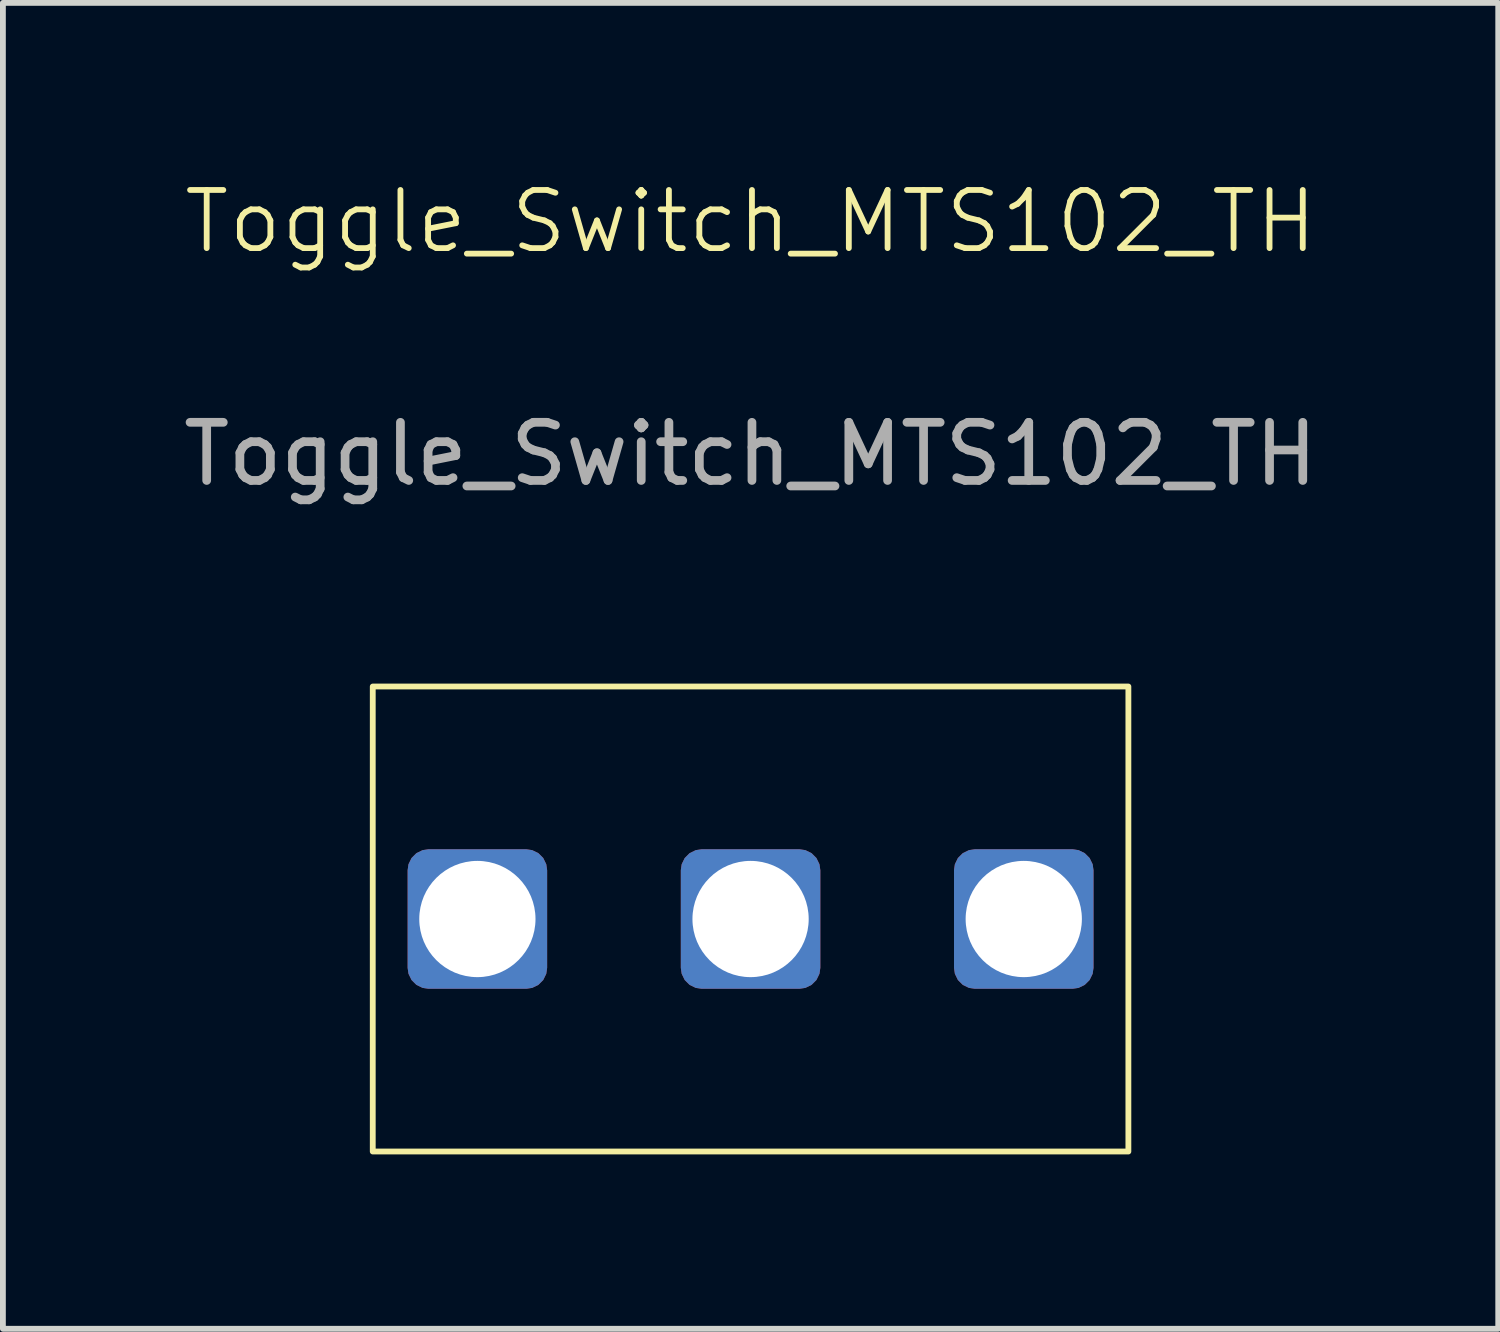
<source format=kicad_pcb>
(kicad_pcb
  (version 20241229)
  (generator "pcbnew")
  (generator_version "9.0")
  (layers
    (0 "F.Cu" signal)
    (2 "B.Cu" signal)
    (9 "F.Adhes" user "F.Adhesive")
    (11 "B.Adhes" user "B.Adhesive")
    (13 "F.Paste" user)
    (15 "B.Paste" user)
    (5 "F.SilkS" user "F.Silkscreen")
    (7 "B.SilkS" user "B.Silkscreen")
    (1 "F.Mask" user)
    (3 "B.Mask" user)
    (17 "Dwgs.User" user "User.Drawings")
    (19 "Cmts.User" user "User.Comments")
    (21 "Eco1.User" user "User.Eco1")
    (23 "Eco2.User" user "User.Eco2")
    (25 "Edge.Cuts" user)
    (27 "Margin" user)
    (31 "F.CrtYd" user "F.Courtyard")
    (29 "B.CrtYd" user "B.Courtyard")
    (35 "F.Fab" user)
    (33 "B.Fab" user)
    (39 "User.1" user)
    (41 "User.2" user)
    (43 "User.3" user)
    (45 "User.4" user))
  (footprint "Toggle_Switch_MTS102_TH"
    (layer "F.Cu")
    (at 9.863 12.761)
    (property "Reference" "Toggle_Switch_MTS102_TH" (at 0 -12 0) (unlocked yes) (layer "F.SilkS") (effects (font (size 1 1) (thickness 0.1))))
    (attr smd)
    (fp_rect (start -6.5 -4) (end 6.5 4) (stroke (width 0.1) (type default)) (fill no) (layer "F.SilkS"))
    (fp_text user "${REFERENCE}" (at 0 -8 0) (unlocked yes) (layer "F.Fab") (effects (font (size 1 1) (thickness 0.15))))
    (pad "1" thru_hole roundrect (at -4.7 0) (size 2.4 2.4) (drill 2) (layers "*.Cu" "*.Mask") (roundrect_rratio 0.15))
    (pad "2" thru_hole roundrect (at 0 0) (size 2.4 2.4) (drill 2) (layers "*.Cu" "*.Mask") (roundrect_rratio 0.15))
    (pad "3" thru_hole roundrect (at 4.7 0) (size 2.4 2.4) (drill 2) (layers "*.Cu" "*.Mask") (roundrect_rratio 0.15)))
  (gr_rect
    (start -3 -3)
    (end 22.726 19.811)
    (stroke (width 0.1) (type default))
    (fill no)
    (layer "Edge.Cuts")))
</source>
